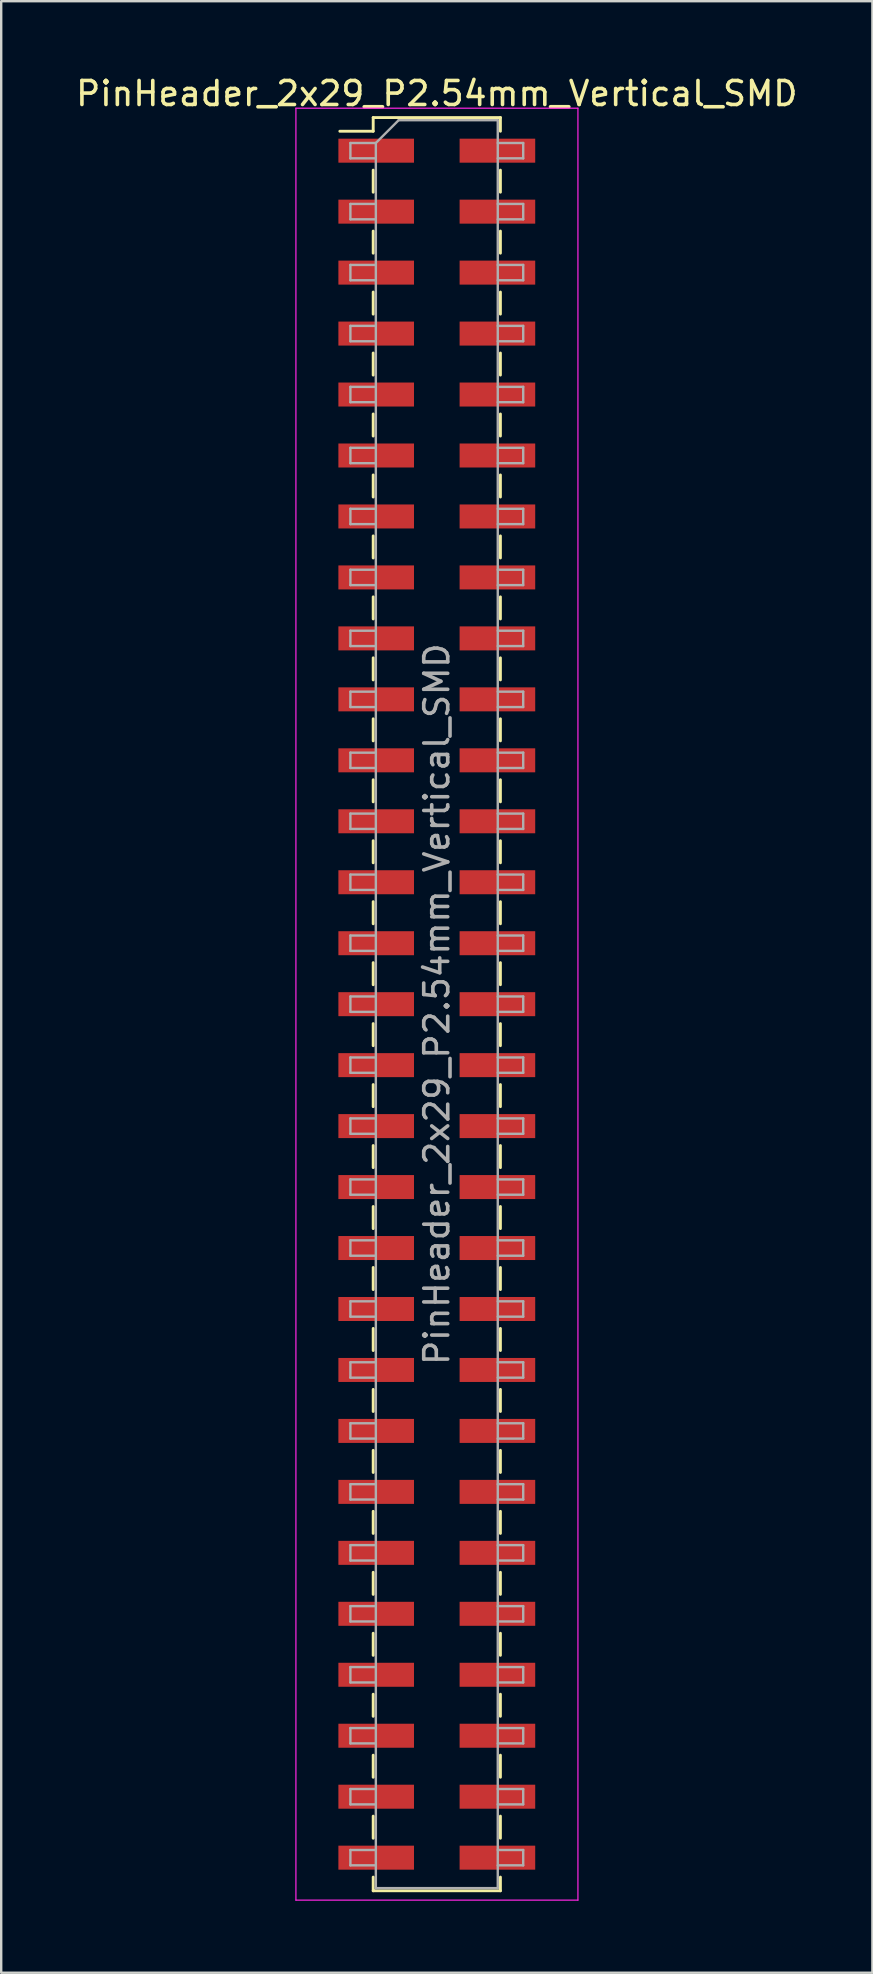
<source format=kicad_pcb>
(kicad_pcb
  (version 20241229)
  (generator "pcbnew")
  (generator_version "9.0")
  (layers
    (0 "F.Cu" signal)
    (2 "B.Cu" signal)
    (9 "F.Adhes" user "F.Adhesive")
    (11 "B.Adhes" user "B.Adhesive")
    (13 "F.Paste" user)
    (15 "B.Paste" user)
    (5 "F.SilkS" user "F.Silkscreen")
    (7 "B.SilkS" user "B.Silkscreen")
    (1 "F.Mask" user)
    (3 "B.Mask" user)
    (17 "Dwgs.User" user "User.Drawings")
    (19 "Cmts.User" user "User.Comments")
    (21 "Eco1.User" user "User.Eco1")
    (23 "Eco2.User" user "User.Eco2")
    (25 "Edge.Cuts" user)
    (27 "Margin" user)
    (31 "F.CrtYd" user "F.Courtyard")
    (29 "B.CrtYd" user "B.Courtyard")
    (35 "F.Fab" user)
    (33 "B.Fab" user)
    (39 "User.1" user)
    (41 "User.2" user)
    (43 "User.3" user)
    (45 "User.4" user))
  (footprint "PinHeader_2x29_P2.54mm_Vertical_SMD"
    (layer "F.Cu")
    (at 15.149 38.788)
    (property "Reference" "PinHeader_2x29_P2.54mm_Vertical_SMD" (at 0 -37.94 0) (layer "F.SilkS") (effects (font (size 1 1) (thickness 0.15))))
    (attr smd)
    (fp_line (start -4.04 -36.37) (end -2.65 -36.37) (stroke (width 0.12) (type solid)) (layer "F.SilkS"))
    (fp_line (start -2.65 -36.94) (end -2.65 -36.37) (stroke (width 0.12) (type solid)) (layer "F.SilkS"))
    (fp_line (start -2.65 -36.94) (end 2.65 -36.94) (stroke (width 0.12) (type solid)) (layer "F.SilkS"))
    (fp_line (start -2.65 -34.75) (end -2.65 -33.83) (stroke (width 0.12) (type solid)) (layer "F.SilkS"))
    (fp_line (start -2.65 -32.21) (end -2.65 -31.29) (stroke (width 0.12) (type solid)) (layer "F.SilkS"))
    (fp_line (start -2.65 -29.67) (end -2.65 -28.75) (stroke (width 0.12) (type solid)) (layer "F.SilkS"))
    (fp_line (start -2.65 -27.13) (end -2.65 -26.21) (stroke (width 0.12) (type solid)) (layer "F.SilkS"))
    (fp_line (start -2.65 -24.59) (end -2.65 -23.67) (stroke (width 0.12) (type solid)) (layer "F.SilkS"))
    (fp_line (start -2.65 -22.05) (end -2.65 -21.13) (stroke (width 0.12) (type solid)) (layer "F.SilkS"))
    (fp_line (start -2.65 -19.51) (end -2.65 -18.59) (stroke (width 0.12) (type solid)) (layer "F.SilkS"))
    (fp_line (start -2.65 -16.97) (end -2.65 -16.05) (stroke (width 0.12) (type solid)) (layer "F.SilkS"))
    (fp_line (start -2.65 -14.43) (end -2.65 -13.51) (stroke (width 0.12) (type solid)) (layer "F.SilkS"))
    (fp_line (start -2.65 -11.89) (end -2.65 -10.97) (stroke (width 0.12) (type solid)) (layer "F.SilkS"))
    (fp_line (start -2.65 -9.35) (end -2.65 -8.43) (stroke (width 0.12) (type solid)) (layer "F.SilkS"))
    (fp_line (start -2.65 -6.81) (end -2.65 -5.89) (stroke (width 0.12) (type solid)) (layer "F.SilkS"))
    (fp_line (start -2.65 -4.27) (end -2.65 -3.35) (stroke (width 0.12) (type solid)) (layer "F.SilkS"))
    (fp_line (start -2.65 -1.73) (end -2.65 -0.81) (stroke (width 0.12) (type solid)) (layer "F.SilkS"))
    (fp_line (start -2.65 0.81) (end -2.65 1.73) (stroke (width 0.12) (type solid)) (layer "F.SilkS"))
    (fp_line (start -2.65 3.35) (end -2.65 4.27) (stroke (width 0.12) (type solid)) (layer "F.SilkS"))
    (fp_line (start -2.65 5.89) (end -2.65 6.81) (stroke (width 0.12) (type solid)) (layer "F.SilkS"))
    (fp_line (start -2.65 8.43) (end -2.65 9.35) (stroke (width 0.12) (type solid)) (layer "F.SilkS"))
    (fp_line (start -2.65 10.97) (end -2.65 11.89) (stroke (width 0.12) (type solid)) (layer "F.SilkS"))
    (fp_line (start -2.65 13.51) (end -2.65 14.43) (stroke (width 0.12) (type solid)) (layer "F.SilkS"))
    (fp_line (start -2.65 16.05) (end -2.65 16.97) (stroke (width 0.12) (type solid)) (layer "F.SilkS"))
    (fp_line (start -2.65 18.59) (end -2.65 19.51) (stroke (width 0.12) (type solid)) (layer "F.SilkS"))
    (fp_line (start -2.65 21.13) (end -2.65 22.05) (stroke (width 0.12) (type solid)) (layer "F.SilkS"))
    (fp_line (start -2.65 23.67) (end -2.65 24.59) (stroke (width 0.12) (type solid)) (layer "F.SilkS"))
    (fp_line (start -2.65 26.21) (end -2.65 27.13) (stroke (width 0.12) (type solid)) (layer "F.SilkS"))
    (fp_line (start -2.65 28.75) (end -2.65 29.67) (stroke (width 0.12) (type solid)) (layer "F.SilkS"))
    (fp_line (start -2.65 31.29) (end -2.65 32.21) (stroke (width 0.12) (type solid)) (layer "F.SilkS"))
    (fp_line (start -2.65 33.83) (end -2.65 34.75) (stroke (width 0.12) (type solid)) (layer "F.SilkS"))
    (fp_line (start -2.65 36.37) (end -2.65 36.94) (stroke (width 0.12) (type solid)) (layer "F.SilkS"))
    (fp_line (start -2.65 36.94) (end 2.65 36.94) (stroke (width 0.12) (type solid)) (layer "F.SilkS"))
    (fp_line (start 2.65 -36.94) (end 2.65 -36.37) (stroke (width 0.12) (type solid)) (layer "F.SilkS"))
    (fp_line (start 2.65 -34.75) (end 2.65 -33.83) (stroke (width 0.12) (type solid)) (layer "F.SilkS"))
    (fp_line (start 2.65 -32.21) (end 2.65 -31.29) (stroke (width 0.12) (type solid)) (layer "F.SilkS"))
    (fp_line (start 2.65 -29.67) (end 2.65 -28.75) (stroke (width 0.12) (type solid)) (layer "F.SilkS"))
    (fp_line (start 2.65 -27.13) (end 2.65 -26.21) (stroke (width 0.12) (type solid)) (layer "F.SilkS"))
    (fp_line (start 2.65 -24.59) (end 2.65 -23.67) (stroke (width 0.12) (type solid)) (layer "F.SilkS"))
    (fp_line (start 2.65 -22.05) (end 2.65 -21.13) (stroke (width 0.12) (type solid)) (layer "F.SilkS"))
    (fp_line (start 2.65 -19.51) (end 2.65 -18.59) (stroke (width 0.12) (type solid)) (layer "F.SilkS"))
    (fp_line (start 2.65 -16.97) (end 2.65 -16.05) (stroke (width 0.12) (type solid)) (layer "F.SilkS"))
    (fp_line (start 2.65 -14.43) (end 2.65 -13.51) (stroke (width 0.12) (type solid)) (layer "F.SilkS"))
    (fp_line (start 2.65 -11.89) (end 2.65 -10.97) (stroke (width 0.12) (type solid)) (layer "F.SilkS"))
    (fp_line (start 2.65 -9.35) (end 2.65 -8.43) (stroke (width 0.12) (type solid)) (layer "F.SilkS"))
    (fp_line (start 2.65 -6.81) (end 2.65 -5.89) (stroke (width 0.12) (type solid)) (layer "F.SilkS"))
    (fp_line (start 2.65 -4.27) (end 2.65 -3.35) (stroke (width 0.12) (type solid)) (layer "F.SilkS"))
    (fp_line (start 2.65 -1.73) (end 2.65 -0.81) (stroke (width 0.12) (type solid)) (layer "F.SilkS"))
    (fp_line (start 2.65 0.81) (end 2.65 1.73) (stroke (width 0.12) (type solid)) (layer "F.SilkS"))
    (fp_line (start 2.65 3.35) (end 2.65 4.27) (stroke (width 0.12) (type solid)) (layer "F.SilkS"))
    (fp_line (start 2.65 5.89) (end 2.65 6.81) (stroke (width 0.12) (type solid)) (layer "F.SilkS"))
    (fp_line (start 2.65 8.43) (end 2.65 9.35) (stroke (width 0.12) (type solid)) (layer "F.SilkS"))
    (fp_line (start 2.65 10.97) (end 2.65 11.89) (stroke (width 0.12) (type solid)) (layer "F.SilkS"))
    (fp_line (start 2.65 13.51) (end 2.65 14.43) (stroke (width 0.12) (type solid)) (layer "F.SilkS"))
    (fp_line (start 2.65 16.05) (end 2.65 16.97) (stroke (width 0.12) (type solid)) (layer "F.SilkS"))
    (fp_line (start 2.65 18.59) (end 2.65 19.51) (stroke (width 0.12) (type solid)) (layer "F.SilkS"))
    (fp_line (start 2.65 21.13) (end 2.65 22.05) (stroke (width 0.12) (type solid)) (layer "F.SilkS"))
    (fp_line (start 2.65 23.67) (end 2.65 24.59) (stroke (width 0.12) (type solid)) (layer "F.SilkS"))
    (fp_line (start 2.65 26.21) (end 2.65 27.13) (stroke (width 0.12) (type solid)) (layer "F.SilkS"))
    (fp_line (start 2.65 28.75) (end 2.65 29.67) (stroke (width 0.12) (type solid)) (layer "F.SilkS"))
    (fp_line (start 2.65 31.29) (end 2.65 32.21) (stroke (width 0.12) (type solid)) (layer "F.SilkS"))
    (fp_line (start 2.65 33.83) (end 2.65 34.75) (stroke (width 0.12) (type solid)) (layer "F.SilkS"))
    (fp_line (start 2.65 36.37) (end 2.65 36.94) (stroke (width 0.12) (type solid)) (layer "F.SilkS"))
    (fp_line (start -5.87 -37.33) (end -5.87 37.33) (stroke (width 0.05) (type solid)) (layer "F.CrtYd"))
    (fp_line (start -5.87 37.33) (end 5.88 37.33) (stroke (width 0.05) (type solid)) (layer "F.CrtYd"))
    (fp_line (start 5.88 -37.33) (end -5.87 -37.33) (stroke (width 0.05) (type solid)) (layer "F.CrtYd"))
    (fp_line (start 5.88 37.33) (end 5.88 -37.33) (stroke (width 0.05) (type solid)) (layer "F.CrtYd"))
    (fp_line (start -3.6 -35.88) (end -3.6 -35.24) (stroke (width 0.1) (type solid)) (layer "F.Fab"))
    (fp_line (start -3.6 -35.24) (end -2.54 -35.24) (stroke (width 0.1) (type solid)) (layer "F.Fab"))
    (fp_line (start -3.6 -33.34) (end -3.6 -32.7) (stroke (width 0.1) (type solid)) (layer "F.Fab"))
    (fp_line (start -3.6 -32.7) (end -2.54 -32.7) (stroke (width 0.1) (type solid)) (layer "F.Fab"))
    (fp_line (start -3.6 -30.8) (end -3.6 -30.16) (stroke (width 0.1) (type solid)) (layer "F.Fab"))
    (fp_line (start -3.6 -30.16) (end -2.54 -30.16) (stroke (width 0.1) (type solid)) (layer "F.Fab"))
    (fp_line (start -3.6 -28.26) (end -3.6 -27.62) (stroke (width 0.1) (type solid)) (layer "F.Fab"))
    (fp_line (start -3.6 -27.62) (end -2.54 -27.62) (stroke (width 0.1) (type solid)) (layer "F.Fab"))
    (fp_line (start -3.6 -25.72) (end -3.6 -25.08) (stroke (width 0.1) (type solid)) (layer "F.Fab"))
    (fp_line (start -3.6 -25.08) (end -2.54 -25.08) (stroke (width 0.1) (type solid)) (layer "F.Fab"))
    (fp_line (start -3.6 -23.18) (end -3.6 -22.54) (stroke (width 0.1) (type solid)) (layer "F.Fab"))
    (fp_line (start -3.6 -22.54) (end -2.54 -22.54) (stroke (width 0.1) (type solid)) (layer "F.Fab"))
    (fp_line (start -3.6 -20.64) (end -3.6 -20) (stroke (width 0.1) (type solid)) (layer "F.Fab"))
    (fp_line (start -3.6 -20) (end -2.54 -20) (stroke (width 0.1) (type solid)) (layer "F.Fab"))
    (fp_line (start -3.6 -18.1) (end -3.6 -17.46) (stroke (width 0.1) (type solid)) (layer "F.Fab"))
    (fp_line (start -3.6 -17.46) (end -2.54 -17.46) (stroke (width 0.1) (type solid)) (layer "F.Fab"))
    (fp_line (start -3.6 -15.56) (end -3.6 -14.92) (stroke (width 0.1) (type solid)) (layer "F.Fab"))
    (fp_line (start -3.6 -14.92) (end -2.54 -14.92) (stroke (width 0.1) (type solid)) (layer "F.Fab"))
    (fp_line (start -3.6 -13.02) (end -3.6 -12.38) (stroke (width 0.1) (type solid)) (layer "F.Fab"))
    (fp_line (start -3.6 -12.38) (end -2.54 -12.38) (stroke (width 0.1) (type solid)) (layer "F.Fab"))
    (fp_line (start -3.6 -10.48) (end -3.6 -9.84) (stroke (width 0.1) (type solid)) (layer "F.Fab"))
    (fp_line (start -3.6 -9.84) (end -2.54 -9.84) (stroke (width 0.1) (type solid)) (layer "F.Fab"))
    (fp_line (start -3.6 -7.94) (end -3.6 -7.3) (stroke (width 0.1) (type solid)) (layer "F.Fab"))
    (fp_line (start -3.6 -7.3) (end -2.54 -7.3) (stroke (width 0.1) (type solid)) (layer "F.Fab"))
    (fp_line (start -3.6 -5.4) (end -3.6 -4.76) (stroke (width 0.1) (type solid)) (layer "F.Fab"))
    (fp_line (start -3.6 -4.76) (end -2.54 -4.76) (stroke (width 0.1) (type solid)) (layer "F.Fab"))
    (fp_line (start -3.6 -2.86) (end -3.6 -2.22) (stroke (width 0.1) (type solid)) (layer "F.Fab"))
    (fp_line (start -3.6 -2.22) (end -2.54 -2.22) (stroke (width 0.1) (type solid)) (layer "F.Fab"))
    (fp_line (start -3.6 -0.32) (end -3.6 0.32) (stroke (width 0.1) (type solid)) (layer "F.Fab"))
    (fp_line (start -3.6 0.32) (end -2.54 0.32) (stroke (width 0.1) (type solid)) (layer "F.Fab"))
    (fp_line (start -3.6 2.22) (end -3.6 2.86) (stroke (width 0.1) (type solid)) (layer "F.Fab"))
    (fp_line (start -3.6 2.86) (end -2.54 2.86) (stroke (width 0.1) (type solid)) (layer "F.Fab"))
    (fp_line (start -3.6 4.76) (end -3.6 5.4) (stroke (width 0.1) (type solid)) (layer "F.Fab"))
    (fp_line (start -3.6 5.4) (end -2.54 5.4) (stroke (width 0.1) (type solid)) (layer "F.Fab"))
    (fp_line (start -3.6 7.3) (end -3.6 7.94) (stroke (width 0.1) (type solid)) (layer "F.Fab"))
    (fp_line (start -3.6 7.94) (end -2.54 7.94) (stroke (width 0.1) (type solid)) (layer "F.Fab"))
    (fp_line (start -3.6 9.84) (end -3.6 10.48) (stroke (width 0.1) (type solid)) (layer "F.Fab"))
    (fp_line (start -3.6 10.48) (end -2.54 10.48) (stroke (width 0.1) (type solid)) (layer "F.Fab"))
    (fp_line (start -3.6 12.38) (end -3.6 13.02) (stroke (width 0.1) (type solid)) (layer "F.Fab"))
    (fp_line (start -3.6 13.02) (end -2.54 13.02) (stroke (width 0.1) (type solid)) (layer "F.Fab"))
    (fp_line (start -3.6 14.92) (end -3.6 15.56) (stroke (width 0.1) (type solid)) (layer "F.Fab"))
    (fp_line (start -3.6 15.56) (end -2.54 15.56) (stroke (width 0.1) (type solid)) (layer "F.Fab"))
    (fp_line (start -3.6 17.46) (end -3.6 18.1) (stroke (width 0.1) (type solid)) (layer "F.Fab"))
    (fp_line (start -3.6 18.1) (end -2.54 18.1) (stroke (width 0.1) (type solid)) (layer "F.Fab"))
    (fp_line (start -3.6 20) (end -3.6 20.64) (stroke (width 0.1) (type solid)) (layer "F.Fab"))
    (fp_line (start -3.6 20.64) (end -2.54 20.64) (stroke (width 0.1) (type solid)) (layer "F.Fab"))
    (fp_line (start -3.6 22.54) (end -3.6 23.18) (stroke (width 0.1) (type solid)) (layer "F.Fab"))
    (fp_line (start -3.6 23.18) (end -2.54 23.18) (stroke (width 0.1) (type solid)) (layer "F.Fab"))
    (fp_line (start -3.6 25.08) (end -3.6 25.72) (stroke (width 0.1) (type solid)) (layer "F.Fab"))
    (fp_line (start -3.6 25.72) (end -2.54 25.72) (stroke (width 0.1) (type solid)) (layer "F.Fab"))
    (fp_line (start -3.6 27.62) (end -3.6 28.26) (stroke (width 0.1) (type solid)) (layer "F.Fab"))
    (fp_line (start -3.6 28.26) (end -2.54 28.26) (stroke (width 0.1) (type solid)) (layer "F.Fab"))
    (fp_line (start -3.6 30.16) (end -3.6 30.8) (stroke (width 0.1) (type solid)) (layer "F.Fab"))
    (fp_line (start -3.6 30.8) (end -2.54 30.8) (stroke (width 0.1) (type solid)) (layer "F.Fab"))
    (fp_line (start -3.6 32.7) (end -3.6 33.34) (stroke (width 0.1) (type solid)) (layer "F.Fab"))
    (fp_line (start -3.6 33.34) (end -2.54 33.34) (stroke (width 0.1) (type solid)) (layer "F.Fab"))
    (fp_line (start -3.6 35.24) (end -3.6 35.88) (stroke (width 0.1) (type solid)) (layer "F.Fab"))
    (fp_line (start -3.6 35.88) (end -2.54 35.88) (stroke (width 0.1) (type solid)) (layer "F.Fab"))
    (fp_line (start -2.54 -35.88) (end -3.6 -35.88) (stroke (width 0.1) (type solid)) (layer "F.Fab"))
    (fp_line (start -2.54 -35.88) (end -1.59 -36.83) (stroke (width 0.1) (type solid)) (layer "F.Fab"))
    (fp_line (start -2.54 -33.34) (end -3.6 -33.34) (stroke (width 0.1) (type solid)) (layer "F.Fab"))
    (fp_line (start -2.54 -30.8) (end -3.6 -30.8) (stroke (width 0.1) (type solid)) (layer "F.Fab"))
    (fp_line (start -2.54 -28.26) (end -3.6 -28.26) (stroke (width 0.1) (type solid)) (layer "F.Fab"))
    (fp_line (start -2.54 -25.72) (end -3.6 -25.72) (stroke (width 0.1) (type solid)) (layer "F.Fab"))
    (fp_line (start -2.54 -23.18) (end -3.6 -23.18) (stroke (width 0.1) (type solid)) (layer "F.Fab"))
    (fp_line (start -2.54 -20.64) (end -3.6 -20.64) (stroke (width 0.1) (type solid)) (layer "F.Fab"))
    (fp_line (start -2.54 -18.1) (end -3.6 -18.1) (stroke (width 0.1) (type solid)) (layer "F.Fab"))
    (fp_line (start -2.54 -15.56) (end -3.6 -15.56) (stroke (width 0.1) (type solid)) (layer "F.Fab"))
    (fp_line (start -2.54 -13.02) (end -3.6 -13.02) (stroke (width 0.1) (type solid)) (layer "F.Fab"))
    (fp_line (start -2.54 -10.48) (end -3.6 -10.48) (stroke (width 0.1) (type solid)) (layer "F.Fab"))
    (fp_line (start -2.54 -7.94) (end -3.6 -7.94) (stroke (width 0.1) (type solid)) (layer "F.Fab"))
    (fp_line (start -2.54 -5.4) (end -3.6 -5.4) (stroke (width 0.1) (type solid)) (layer "F.Fab"))
    (fp_line (start -2.54 -2.86) (end -3.6 -2.86) (stroke (width 0.1) (type solid)) (layer "F.Fab"))
    (fp_line (start -2.54 -0.32) (end -3.6 -0.32) (stroke (width 0.1) (type solid)) (layer "F.Fab"))
    (fp_line (start -2.54 2.22) (end -3.6 2.22) (stroke (width 0.1) (type solid)) (layer "F.Fab"))
    (fp_line (start -2.54 4.76) (end -3.6 4.76) (stroke (width 0.1) (type solid)) (layer "F.Fab"))
    (fp_line (start -2.54 7.3) (end -3.6 7.3) (stroke (width 0.1) (type solid)) (layer "F.Fab"))
    (fp_line (start -2.54 9.84) (end -3.6 9.84) (stroke (width 0.1) (type solid)) (layer "F.Fab"))
    (fp_line (start -2.54 12.38) (end -3.6 12.38) (stroke (width 0.1) (type solid)) (layer "F.Fab"))
    (fp_line (start -2.54 14.92) (end -3.6 14.92) (stroke (width 0.1) (type solid)) (layer "F.Fab"))
    (fp_line (start -2.54 17.46) (end -3.6 17.46) (stroke (width 0.1) (type solid)) (layer "F.Fab"))
    (fp_line (start -2.54 20) (end -3.6 20) (stroke (width 0.1) (type solid)) (layer "F.Fab"))
    (fp_line (start -2.54 22.54) (end -3.6 22.54) (stroke (width 0.1) (type solid)) (layer "F.Fab"))
    (fp_line (start -2.54 25.08) (end -3.6 25.08) (stroke (width 0.1) (type solid)) (layer "F.Fab"))
    (fp_line (start -2.54 27.62) (end -3.6 27.62) (stroke (width 0.1) (type solid)) (layer "F.Fab"))
    (fp_line (start -2.54 30.16) (end -3.6 30.16) (stroke (width 0.1) (type solid)) (layer "F.Fab"))
    (fp_line (start -2.54 32.7) (end -3.6 32.7) (stroke (width 0.1) (type solid)) (layer "F.Fab"))
    (fp_line (start -2.54 35.24) (end -3.6 35.24) (stroke (width 0.1) (type solid)) (layer "F.Fab"))
    (fp_line (start -2.54 36.83) (end -2.54 -35.88) (stroke (width 0.1) (type solid)) (layer "F.Fab"))
    (fp_line (start -1.59 -36.83) (end 2.54 -36.83) (stroke (width 0.1) (type solid)) (layer "F.Fab"))
    (fp_line (start 2.54 -36.83) (end 2.54 36.83) (stroke (width 0.1) (type solid)) (layer "F.Fab"))
    (fp_line (start 2.54 -35.88) (end 3.6 -35.88) (stroke (width 0.1) (type solid)) (layer "F.Fab"))
    (fp_line (start 2.54 -33.34) (end 3.6 -33.34) (stroke (width 0.1) (type solid)) (layer "F.Fab"))
    (fp_line (start 2.54 -30.8) (end 3.6 -30.8) (stroke (width 0.1) (type solid)) (layer "F.Fab"))
    (fp_line (start 2.54 -28.26) (end 3.6 -28.26) (stroke (width 0.1) (type solid)) (layer "F.Fab"))
    (fp_line (start 2.54 -25.72) (end 3.6 -25.72) (stroke (width 0.1) (type solid)) (layer "F.Fab"))
    (fp_line (start 2.54 -23.18) (end 3.6 -23.18) (stroke (width 0.1) (type solid)) (layer "F.Fab"))
    (fp_line (start 2.54 -20.64) (end 3.6 -20.64) (stroke (width 0.1) (type solid)) (layer "F.Fab"))
    (fp_line (start 2.54 -18.1) (end 3.6 -18.1) (stroke (width 0.1) (type solid)) (layer "F.Fab"))
    (fp_line (start 2.54 -15.56) (end 3.6 -15.56) (stroke (width 0.1) (type solid)) (layer "F.Fab"))
    (fp_line (start 2.54 -13.02) (end 3.6 -13.02) (stroke (width 0.1) (type solid)) (layer "F.Fab"))
    (fp_line (start 2.54 -10.48) (end 3.6 -10.48) (stroke (width 0.1) (type solid)) (layer "F.Fab"))
    (fp_line (start 2.54 -7.94) (end 3.6 -7.94) (stroke (width 0.1) (type solid)) (layer "F.Fab"))
    (fp_line (start 2.54 -5.4) (end 3.6 -5.4) (stroke (width 0.1) (type solid)) (layer "F.Fab"))
    (fp_line (start 2.54 -2.86) (end 3.6 -2.86) (stroke (width 0.1) (type solid)) (layer "F.Fab"))
    (fp_line (start 2.54 -0.32) (end 3.6 -0.32) (stroke (width 0.1) (type solid)) (layer "F.Fab"))
    (fp_line (start 2.54 2.22) (end 3.6 2.22) (stroke (width 0.1) (type solid)) (layer "F.Fab"))
    (fp_line (start 2.54 4.76) (end 3.6 4.76) (stroke (width 0.1) (type solid)) (layer "F.Fab"))
    (fp_line (start 2.54 7.3) (end 3.6 7.3) (stroke (width 0.1) (type solid)) (layer "F.Fab"))
    (fp_line (start 2.54 9.84) (end 3.6 9.84) (stroke (width 0.1) (type solid)) (layer "F.Fab"))
    (fp_line (start 2.54 12.38) (end 3.6 12.38) (stroke (width 0.1) (type solid)) (layer "F.Fab"))
    (fp_line (start 2.54 14.92) (end 3.6 14.92) (stroke (width 0.1) (type solid)) (layer "F.Fab"))
    (fp_line (start 2.54 17.46) (end 3.6 17.46) (stroke (width 0.1) (type solid)) (layer "F.Fab"))
    (fp_line (start 2.54 20) (end 3.6 20) (stroke (width 0.1) (type solid)) (layer "F.Fab"))
    (fp_line (start 2.54 22.54) (end 3.6 22.54) (stroke (width 0.1) (type solid)) (layer "F.Fab"))
    (fp_line (start 2.54 25.08) (end 3.6 25.08) (stroke (width 0.1) (type solid)) (layer "F.Fab"))
    (fp_line (start 2.54 27.62) (end 3.6 27.62) (stroke (width 0.1) (type solid)) (layer "F.Fab"))
    (fp_line (start 2.54 30.16) (end 3.6 30.16) (stroke (width 0.1) (type solid)) (layer "F.Fab"))
    (fp_line (start 2.54 32.7) (end 3.6 32.7) (stroke (width 0.1) (type solid)) (layer "F.Fab"))
    (fp_line (start 2.54 35.24) (end 3.6 35.24) (stroke (width 0.1) (type solid)) (layer "F.Fab"))
    (fp_line (start 2.54 36.83) (end -2.54 36.83) (stroke (width 0.1) (type solid)) (layer "F.Fab"))
    (fp_line (start 3.6 -35.88) (end 3.6 -35.24) (stroke (width 0.1) (type solid)) (layer "F.Fab"))
    (fp_line (start 3.6 -35.24) (end 2.54 -35.24) (stroke (width 0.1) (type solid)) (layer "F.Fab"))
    (fp_line (start 3.6 -33.34) (end 3.6 -32.7) (stroke (width 0.1) (type solid)) (layer "F.Fab"))
    (fp_line (start 3.6 -32.7) (end 2.54 -32.7) (stroke (width 0.1) (type solid)) (layer "F.Fab"))
    (fp_line (start 3.6 -30.8) (end 3.6 -30.16) (stroke (width 0.1) (type solid)) (layer "F.Fab"))
    (fp_line (start 3.6 -30.16) (end 2.54 -30.16) (stroke (width 0.1) (type solid)) (layer "F.Fab"))
    (fp_line (start 3.6 -28.26) (end 3.6 -27.62) (stroke (width 0.1) (type solid)) (layer "F.Fab"))
    (fp_line (start 3.6 -27.62) (end 2.54 -27.62) (stroke (width 0.1) (type solid)) (layer "F.Fab"))
    (fp_line (start 3.6 -25.72) (end 3.6 -25.08) (stroke (width 0.1) (type solid)) (layer "F.Fab"))
    (fp_line (start 3.6 -25.08) (end 2.54 -25.08) (stroke (width 0.1) (type solid)) (layer "F.Fab"))
    (fp_line (start 3.6 -23.18) (end 3.6 -22.54) (stroke (width 0.1) (type solid)) (layer "F.Fab"))
    (fp_line (start 3.6 -22.54) (end 2.54 -22.54) (stroke (width 0.1) (type solid)) (layer "F.Fab"))
    (fp_line (start 3.6 -20.64) (end 3.6 -20) (stroke (width 0.1) (type solid)) (layer "F.Fab"))
    (fp_line (start 3.6 -20) (end 2.54 -20) (stroke (width 0.1) (type solid)) (layer "F.Fab"))
    (fp_line (start 3.6 -18.1) (end 3.6 -17.46) (stroke (width 0.1) (type solid)) (layer "F.Fab"))
    (fp_line (start 3.6 -17.46) (end 2.54 -17.46) (stroke (width 0.1) (type solid)) (layer "F.Fab"))
    (fp_line (start 3.6 -15.56) (end 3.6 -14.92) (stroke (width 0.1) (type solid)) (layer "F.Fab"))
    (fp_line (start 3.6 -14.92) (end 2.54 -14.92) (stroke (width 0.1) (type solid)) (layer "F.Fab"))
    (fp_line (start 3.6 -13.02) (end 3.6 -12.38) (stroke (width 0.1) (type solid)) (layer "F.Fab"))
    (fp_line (start 3.6 -12.38) (end 2.54 -12.38) (stroke (width 0.1) (type solid)) (layer "F.Fab"))
    (fp_line (start 3.6 -10.48) (end 3.6 -9.84) (stroke (width 0.1) (type solid)) (layer "F.Fab"))
    (fp_line (start 3.6 -9.84) (end 2.54 -9.84) (stroke (width 0.1) (type solid)) (layer "F.Fab"))
    (fp_line (start 3.6 -7.94) (end 3.6 -7.3) (stroke (width 0.1) (type solid)) (layer "F.Fab"))
    (fp_line (start 3.6 -7.3) (end 2.54 -7.3) (stroke (width 0.1) (type solid)) (layer "F.Fab"))
    (fp_line (start 3.6 -5.4) (end 3.6 -4.76) (stroke (width 0.1) (type solid)) (layer "F.Fab"))
    (fp_line (start 3.6 -4.76) (end 2.54 -4.76) (stroke (width 0.1) (type solid)) (layer "F.Fab"))
    (fp_line (start 3.6 -2.86) (end 3.6 -2.22) (stroke (width 0.1) (type solid)) (layer "F.Fab"))
    (fp_line (start 3.6 -2.22) (end 2.54 -2.22) (stroke (width 0.1) (type solid)) (layer "F.Fab"))
    (fp_line (start 3.6 -0.32) (end 3.6 0.32) (stroke (width 0.1) (type solid)) (layer "F.Fab"))
    (fp_line (start 3.6 0.32) (end 2.54 0.32) (stroke (width 0.1) (type solid)) (layer "F.Fab"))
    (fp_line (start 3.6 2.22) (end 3.6 2.86) (stroke (width 0.1) (type solid)) (layer "F.Fab"))
    (fp_line (start 3.6 2.86) (end 2.54 2.86) (stroke (width 0.1) (type solid)) (layer "F.Fab"))
    (fp_line (start 3.6 4.76) (end 3.6 5.4) (stroke (width 0.1) (type solid)) (layer "F.Fab"))
    (fp_line (start 3.6 5.4) (end 2.54 5.4) (stroke (width 0.1) (type solid)) (layer "F.Fab"))
    (fp_line (start 3.6 7.3) (end 3.6 7.94) (stroke (width 0.1) (type solid)) (layer "F.Fab"))
    (fp_line (start 3.6 7.94) (end 2.54 7.94) (stroke (width 0.1) (type solid)) (layer "F.Fab"))
    (fp_line (start 3.6 9.84) (end 3.6 10.48) (stroke (width 0.1) (type solid)) (layer "F.Fab"))
    (fp_line (start 3.6 10.48) (end 2.54 10.48) (stroke (width 0.1) (type solid)) (layer "F.Fab"))
    (fp_line (start 3.6 12.38) (end 3.6 13.02) (stroke (width 0.1) (type solid)) (layer "F.Fab"))
    (fp_line (start 3.6 13.02) (end 2.54 13.02) (stroke (width 0.1) (type solid)) (layer "F.Fab"))
    (fp_line (start 3.6 14.92) (end 3.6 15.56) (stroke (width 0.1) (type solid)) (layer "F.Fab"))
    (fp_line (start 3.6 15.56) (end 2.54 15.56) (stroke (width 0.1) (type solid)) (layer "F.Fab"))
    (fp_line (start 3.6 17.46) (end 3.6 18.1) (stroke (width 0.1) (type solid)) (layer "F.Fab"))
    (fp_line (start 3.6 18.1) (end 2.54 18.1) (stroke (width 0.1) (type solid)) (layer "F.Fab"))
    (fp_line (start 3.6 20) (end 3.6 20.64) (stroke (width 0.1) (type solid)) (layer "F.Fab"))
    (fp_line (start 3.6 20.64) (end 2.54 20.64) (stroke (width 0.1) (type solid)) (layer "F.Fab"))
    (fp_line (start 3.6 22.54) (end 3.6 23.18) (stroke (width 0.1) (type solid)) (layer "F.Fab"))
    (fp_line (start 3.6 23.18) (end 2.54 23.18) (stroke (width 0.1) (type solid)) (layer "F.Fab"))
    (fp_line (start 3.6 25.08) (end 3.6 25.72) (stroke (width 0.1) (type solid)) (layer "F.Fab"))
    (fp_line (start 3.6 25.72) (end 2.54 25.72) (stroke (width 0.1) (type solid)) (layer "F.Fab"))
    (fp_line (start 3.6 27.62) (end 3.6 28.26) (stroke (width 0.1) (type solid)) (layer "F.Fab"))
    (fp_line (start 3.6 28.26) (end 2.54 28.26) (stroke (width 0.1) (type solid)) (layer "F.Fab"))
    (fp_line (start 3.6 30.16) (end 3.6 30.8) (stroke (width 0.1) (type solid)) (layer "F.Fab"))
    (fp_line (start 3.6 30.8) (end 2.54 30.8) (stroke (width 0.1) (type solid)) (layer "F.Fab"))
    (fp_line (start 3.6 32.7) (end 3.6 33.34) (stroke (width 0.1) (type solid)) (layer "F.Fab"))
    (fp_line (start 3.6 33.34) (end 2.54 33.34) (stroke (width 0.1) (type solid)) (layer "F.Fab"))
    (fp_line (start 3.6 35.24) (end 3.6 35.88) (stroke (width 0.1) (type solid)) (layer "F.Fab"))
    (fp_line (start 3.6 35.88) (end 2.54 35.88) (stroke (width 0.1) (type solid)) (layer "F.Fab"))
    (fp_text user "${REFERENCE}" (at 0 0 90) (layer "F.Fab") (effects (font (size 1 1) (thickness 0.15))))
    (pad "1" smd rect (at -2.525 -35.56) (size 3.15 1) (layers "F.Cu" "F.Mask" "F.Paste"))
    (pad "2" smd rect (at 2.525 -35.56) (size 3.15 1) (layers "F.Cu" "F.Mask" "F.Paste"))
    (pad "3" smd rect (at -2.525 -33.02) (size 3.15 1) (layers "F.Cu" "F.Mask" "F.Paste"))
    (pad "4" smd rect (at 2.525 -33.02) (size 3.15 1) (layers "F.Cu" "F.Mask" "F.Paste"))
    (pad "5" smd rect (at -2.525 -30.48) (size 3.15 1) (layers "F.Cu" "F.Mask" "F.Paste"))
    (pad "6" smd rect (at 2.525 -30.48) (size 3.15 1) (layers "F.Cu" "F.Mask" "F.Paste"))
    (pad "7" smd rect (at -2.525 -27.94) (size 3.15 1) (layers "F.Cu" "F.Mask" "F.Paste"))
    (pad "8" smd rect (at 2.525 -27.94) (size 3.15 1) (layers "F.Cu" "F.Mask" "F.Paste"))
    (pad "9" smd rect (at -2.525 -25.4) (size 3.15 1) (layers "F.Cu" "F.Mask" "F.Paste"))
    (pad "10" smd rect (at 2.525 -25.4) (size 3.15 1) (layers "F.Cu" "F.Mask" "F.Paste"))
    (pad "11" smd rect (at -2.525 -22.86) (size 3.15 1) (layers "F.Cu" "F.Mask" "F.Paste"))
    (pad "12" smd rect (at 2.525 -22.86) (size 3.15 1) (layers "F.Cu" "F.Mask" "F.Paste"))
    (pad "13" smd rect (at -2.525 -20.32) (size 3.15 1) (layers "F.Cu" "F.Mask" "F.Paste"))
    (pad "14" smd rect (at 2.525 -20.32) (size 3.15 1) (layers "F.Cu" "F.Mask" "F.Paste"))
    (pad "15" smd rect (at -2.525 -17.78) (size 3.15 1) (layers "F.Cu" "F.Mask" "F.Paste"))
    (pad "16" smd rect (at 2.525 -17.78) (size 3.15 1) (layers "F.Cu" "F.Mask" "F.Paste"))
    (pad "17" smd rect (at -2.525 -15.24) (size 3.15 1) (layers "F.Cu" "F.Mask" "F.Paste"))
    (pad "18" smd rect (at 2.525 -15.24) (size 3.15 1) (layers "F.Cu" "F.Mask" "F.Paste"))
    (pad "19" smd rect (at -2.525 -12.7) (size 3.15 1) (layers "F.Cu" "F.Mask" "F.Paste"))
    (pad "20" smd rect (at 2.525 -12.7) (size 3.15 1) (layers "F.Cu" "F.Mask" "F.Paste"))
    (pad "21" smd rect (at -2.525 -10.16) (size 3.15 1) (layers "F.Cu" "F.Mask" "F.Paste"))
    (pad "22" smd rect (at 2.525 -10.16) (size 3.15 1) (layers "F.Cu" "F.Mask" "F.Paste"))
    (pad "23" smd rect (at -2.525 -7.62) (size 3.15 1) (layers "F.Cu" "F.Mask" "F.Paste"))
    (pad "24" smd rect (at 2.525 -7.62) (size 3.15 1) (layers "F.Cu" "F.Mask" "F.Paste"))
    (pad "25" smd rect (at -2.525 -5.08) (size 3.15 1) (layers "F.Cu" "F.Mask" "F.Paste"))
    (pad "26" smd rect (at 2.525 -5.08) (size 3.15 1) (layers "F.Cu" "F.Mask" "F.Paste"))
    (pad "27" smd rect (at -2.525 -2.54) (size 3.15 1) (layers "F.Cu" "F.Mask" "F.Paste"))
    (pad "28" smd rect (at 2.525 -2.54) (size 3.15 1) (layers "F.Cu" "F.Mask" "F.Paste"))
    (pad "29" smd rect (at -2.525 0) (size 3.15 1) (layers "F.Cu" "F.Mask" "F.Paste"))
    (pad "30" smd rect (at 2.525 0) (size 3.15 1) (layers "F.Cu" "F.Mask" "F.Paste"))
    (pad "31" smd rect (at -2.525 2.54) (size 3.15 1) (layers "F.Cu" "F.Mask" "F.Paste"))
    (pad "32" smd rect (at 2.525 2.54) (size 3.15 1) (layers "F.Cu" "F.Mask" "F.Paste"))
    (pad "33" smd rect (at -2.525 5.08) (size 3.15 1) (layers "F.Cu" "F.Mask" "F.Paste"))
    (pad "34" smd rect (at 2.525 5.08) (size 3.15 1) (layers "F.Cu" "F.Mask" "F.Paste"))
    (pad "35" smd rect (at -2.525 7.62) (size 3.15 1) (layers "F.Cu" "F.Mask" "F.Paste"))
    (pad "36" smd rect (at 2.525 7.62) (size 3.15 1) (layers "F.Cu" "F.Mask" "F.Paste"))
    (pad "37" smd rect (at -2.525 10.16) (size 3.15 1) (layers "F.Cu" "F.Mask" "F.Paste"))
    (pad "38" smd rect (at 2.525 10.16) (size 3.15 1) (layers "F.Cu" "F.Mask" "F.Paste"))
    (pad "39" smd rect (at -2.525 12.7) (size 3.15 1) (layers "F.Cu" "F.Mask" "F.Paste"))
    (pad "40" smd rect (at 2.525 12.7) (size 3.15 1) (layers "F.Cu" "F.Mask" "F.Paste"))
    (pad "41" smd rect (at -2.525 15.24) (size 3.15 1) (layers "F.Cu" "F.Mask" "F.Paste"))
    (pad "42" smd rect (at 2.525 15.24) (size 3.15 1) (layers "F.Cu" "F.Mask" "F.Paste"))
    (pad "43" smd rect (at -2.525 17.78) (size 3.15 1) (layers "F.Cu" "F.Mask" "F.Paste"))
    (pad "44" smd rect (at 2.525 17.78) (size 3.15 1) (layers "F.Cu" "F.Mask" "F.Paste"))
    (pad "45" smd rect (at -2.525 20.32) (size 3.15 1) (layers "F.Cu" "F.Mask" "F.Paste"))
    (pad "46" smd rect (at 2.525 20.32) (size 3.15 1) (layers "F.Cu" "F.Mask" "F.Paste"))
    (pad "47" smd rect (at -2.525 22.86) (size 3.15 1) (layers "F.Cu" "F.Mask" "F.Paste"))
    (pad "48" smd rect (at 2.525 22.86) (size 3.15 1) (layers "F.Cu" "F.Mask" "F.Paste"))
    (pad "49" smd rect (at -2.525 25.4) (size 3.15 1) (layers "F.Cu" "F.Mask" "F.Paste"))
    (pad "50" smd rect (at 2.525 25.4) (size 3.15 1) (layers "F.Cu" "F.Mask" "F.Paste"))
    (pad "51" smd rect (at -2.525 27.94) (size 3.15 1) (layers "F.Cu" "F.Mask" "F.Paste"))
    (pad "52" smd rect (at 2.525 27.94) (size 3.15 1) (layers "F.Cu" "F.Mask" "F.Paste"))
    (pad "53" smd rect (at -2.525 30.48) (size 3.15 1) (layers "F.Cu" "F.Mask" "F.Paste"))
    (pad "54" smd rect (at 2.525 30.48) (size 3.15 1) (layers "F.Cu" "F.Mask" "F.Paste"))
    (pad "55" smd rect (at -2.525 33.02) (size 3.15 1) (layers "F.Cu" "F.Mask" "F.Paste"))
    (pad "56" smd rect (at 2.525 33.02) (size 3.15 1) (layers "F.Cu" "F.Mask" "F.Paste"))
    (pad "57" smd rect (at -2.525 35.56) (size 3.15 1) (layers "F.Cu" "F.Mask" "F.Paste"))
    (pad "58" smd rect (at 2.525 35.56) (size 3.15 1) (layers "F.Cu" "F.Mask" "F.Paste")))
  (gr_rect
    (start -3 -3)
    (end 33.298 79.143)
    (stroke (width 0.1) (type default))
    (fill no)
    (layer "Edge.Cuts")))
</source>
